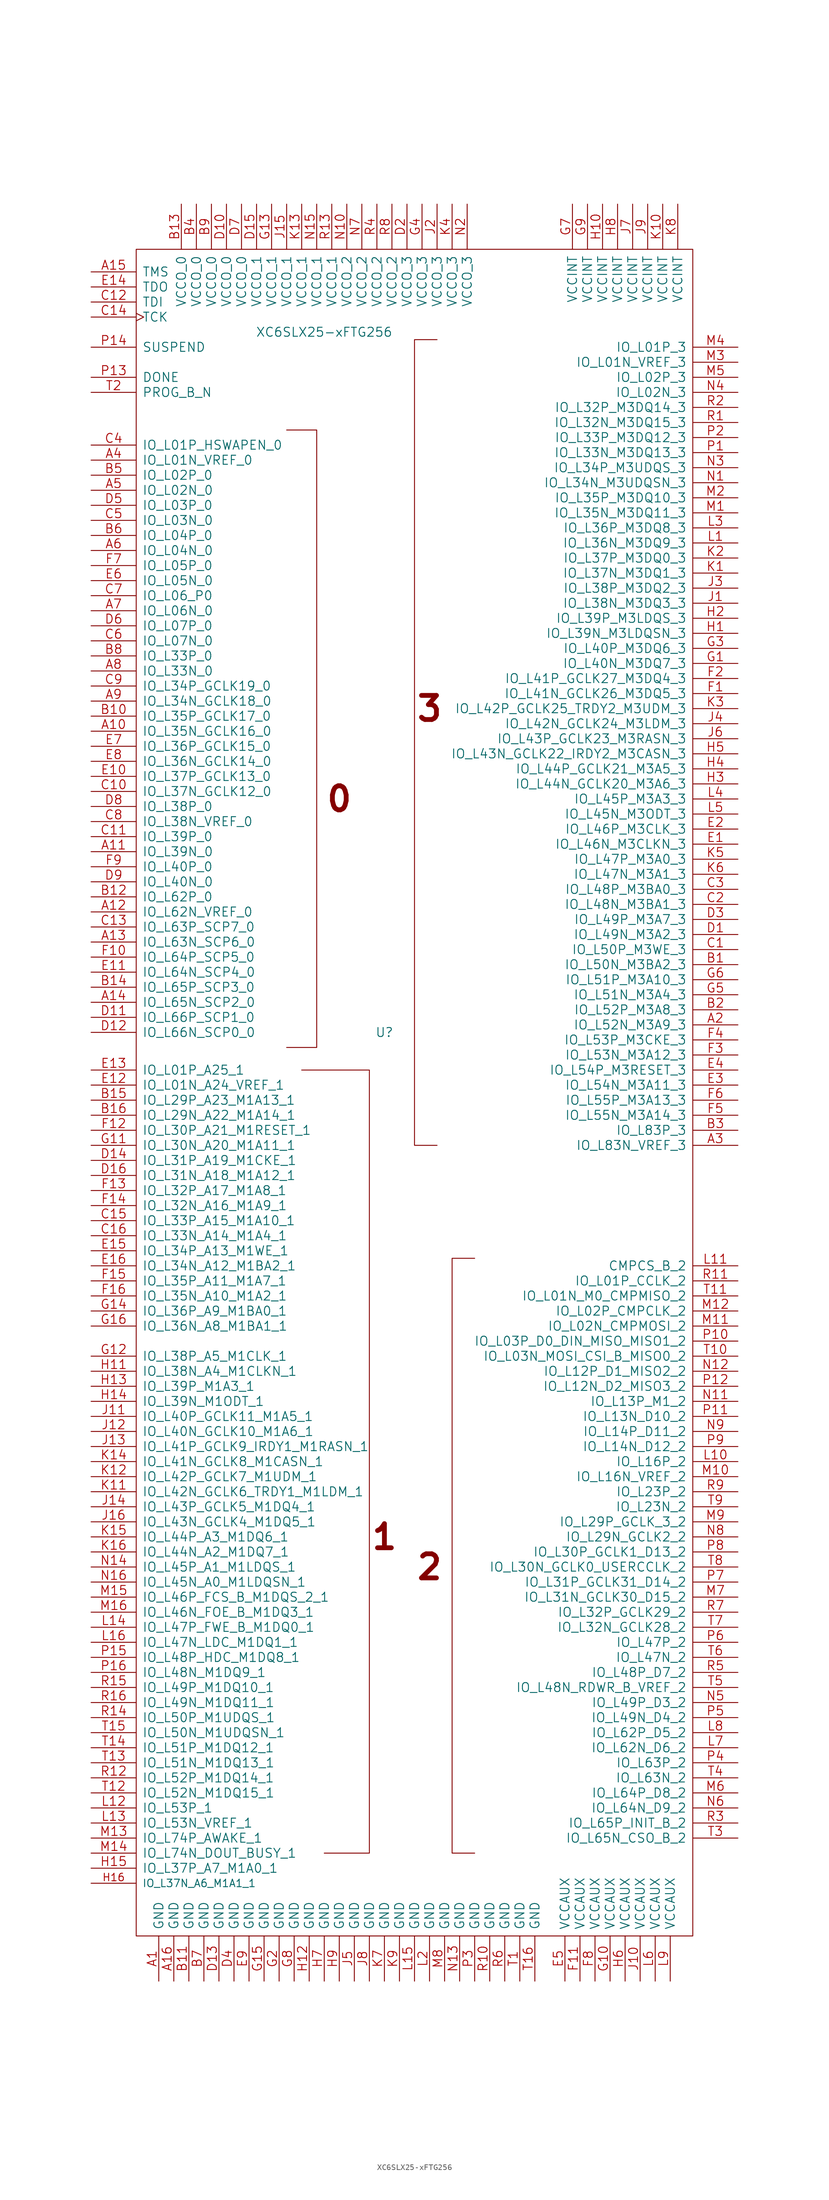
<source format=kicad_sym>
(kicad_symbol_lib
  (version 20211014)
  (generator kicad_symbol_editor)
  (symbol "XC6SLX25-xFTG256"
    (pin_names
      (offset 1.016))
    (property "Reference" "U"
      (at -5.08 10.16 0)
      (effects (font (size 1.524 1.524))))
    (property "Value" "XC6SLX25-xFTG256"
      (at -15.24 128.27 0)
      (effects (font (size 1.524 1.524))))
    (property "Footprint" ""
      (at 0 0 0)
      (effects (font (size 1.524 1.524))))
    (property "Datasheet" ""
      (at 0 0 0)
      (effects (font (size 1.524 1.524))))
    (symbol "XC6SLX25-xFTG256_0_0"
      (text "0" (at -12.7 49.53 0) (effects (font (size 4.064 4.064) bold)))
      (text "1" (at -5.08 -74.93 0) (effects (font (size 4.064 4.064) bold)))
      (text "2" (at 2.54 -80.01 0) (effects (font (size 4.064 4.064) bold)))
      (text "3" (at 2.54 64.77 0) (effects (font (size 4.064 4.064) bold))))
    (symbol "XC6SLX25-xFTG256_0_1"
      (rectangle (start -46.99 142.24) (end 46.99 -142.24) (stroke (width 0) (type default) (color 0 0 0 0)) (fill (type none)))
      (polyline (pts (xy -21.59 111.76) (xy -16.51 111.76) (xy -16.51 7.62) (xy -21.59 7.62)) (stroke (width 0) (type default) (color 0 0 0 0)) (fill (type none)))
      (polyline (pts (xy 3.81 127) (xy 0 127) (xy 0 -8.89) (xy 3.81 -8.89)) (stroke (width 0) (type default) (color 0 0 0 0)) (fill (type none)))
      (polyline (pts (xy 10.16 -27.94) (xy 6.35 -27.94) (xy 6.35 -128.27) (xy 10.16 -128.27)) (stroke (width 0) (type default) (color 0 0 0 0)) (fill (type none)))
      (polyline (pts (xy -19.05 3.81) (xy -7.62 3.81) (xy -7.62 -128.27) (xy -15.24 -128.27) (xy -15.24 -128.27)) (stroke (width 0) (type default) (color 0 0 0 0)) (fill (type none))))
    (symbol "XC6SLX25-xFTG256_1_1"
      (pin power_in line (at -43.18 -149.86 90) (length 7.62) (name "GND" (effects (font (size 1.524 1.524)))) (number "A1" (effects (font (size 1.524 1.524)))))
      (pin bidirectional line (at -54.61 60.96 0) (length 7.62) (name "IO_L35N_GCLK16_0" (effects (font (size 1.524 1.524)))) (number "A10" (effects (font (size 1.524 1.524)))))
      (pin bidirectional line (at -54.61 40.64 0) (length 7.62) (name "IO_L39N_0" (effects (font (size 1.524 1.524)))) (number "A11" (effects (font (size 1.524 1.524)))))
      (pin bidirectional line (at -54.61 30.48 0) (length 7.62) (name "IO_L62N_VREF_0" (effects (font (size 1.524 1.524)))) (number "A12" (effects (font (size 1.524 1.524)))))
      (pin bidirectional line (at -54.61 25.4 0) (length 7.62) (name "IO_L63N_SCP6_0" (effects (font (size 1.524 1.524)))) (number "A13" (effects (font (size 1.524 1.524)))))
      (pin bidirectional line (at -54.61 15.24 0) (length 7.62) (name "IO_L65N_SCP2_0" (effects (font (size 1.524 1.524)))) (number "A14" (effects (font (size 1.524 1.524)))))
      (pin input line (at -54.61 138.43 0) (length 7.62) (name "TMS" (effects (font (size 1.524 1.524)))) (number "A15" (effects (font (size 1.524 1.524)))))
      (pin power_in line (at -40.64 -149.86 90) (length 7.62) (name "GND" (effects (font (size 1.524 1.524)))) (number "A16" (effects (font (size 1.524 1.524)))))
      (pin bidirectional line (at 54.61 11.43 180) (length 7.62) (name "IO_L52N_M3A9_3" (effects (font (size 1.524 1.524)))) (number "A2" (effects (font (size 1.524 1.524)))))
      (pin bidirectional line (at 54.61 -8.89 180) (length 7.62) (name "IO_L83N_VREF_3" (effects (font (size 1.524 1.524)))) (number "A3" (effects (font (size 1.524 1.524)))))
      (pin bidirectional line (at -54.61 106.68 0) (length 7.62) (name "IO_L01N_VREF_0" (effects (font (size 1.524 1.524)))) (number "A4" (effects (font (size 1.524 1.524)))))
      (pin bidirectional line (at -54.61 101.6 0) (length 7.62) (name "IO_L02N_0" (effects (font (size 1.524 1.524)))) (number "A5" (effects (font (size 1.524 1.524)))))
      (pin bidirectional line (at -54.61 91.44 0) (length 7.62) (name "IO_L04N_0" (effects (font (size 1.524 1.524)))) (number "A6" (effects (font (size 1.524 1.524)))))
      (pin bidirectional line (at -54.61 81.28 0) (length 7.62) (name "IO_L06N_0" (effects (font (size 1.524 1.524)))) (number "A7" (effects (font (size 1.524 1.524)))))
      (pin bidirectional line (at -54.61 71.12 0) (length 7.62) (name "IO_L33N_0" (effects (font (size 1.524 1.524)))) (number "A8" (effects (font (size 1.524 1.524)))))
      (pin bidirectional line (at -54.61 66.04 0) (length 7.62) (name "IO_L34N_GCLK18_0" (effects (font (size 1.524 1.524)))) (number "A9" (effects (font (size 1.524 1.524)))))
      (pin bidirectional line (at 54.61 21.59 180) (length 7.62) (name "IO_L50N_M3BA2_3" (effects (font (size 1.524 1.524)))) (number "B1" (effects (font (size 1.524 1.524)))))
      (pin bidirectional line (at -54.61 63.5 0) (length 7.62) (name "IO_L35P_GCLK17_0" (effects (font (size 1.524 1.524)))) (number "B10" (effects (font (size 1.524 1.524)))))
      (pin power_in line (at -38.1 -149.86 90) (length 7.62) (name "GND" (effects (font (size 1.524 1.524)))) (number "B11" (effects (font (size 1.524 1.524)))))
      (pin bidirectional line (at -54.61 33.02 0) (length 7.62) (name "IO_L62P_0" (effects (font (size 1.524 1.524)))) (number "B12" (effects (font (size 1.524 1.524)))))
      (pin power_in line (at -39.37 149.86 270) (length 7.62) (name "VCCO_0" (effects (font (size 1.524 1.524)))) (number "B13" (effects (font (size 1.524 1.524)))))
      (pin bidirectional line (at -54.61 17.78 0) (length 7.62) (name "IO_L65P_SCP3_0" (effects (font (size 1.524 1.524)))) (number "B14" (effects (font (size 1.524 1.524)))))
      (pin bidirectional line (at -54.61 -1.27 0) (length 7.62) (name "IO_L29P_A23_M1A13_1" (effects (font (size 1.524 1.524)))) (number "B15" (effects (font (size 1.524 1.524)))))
      (pin bidirectional line (at -54.61 -3.81 0) (length 7.62) (name "IO_L29N_A22_M1A14_1" (effects (font (size 1.524 1.524)))) (number "B16" (effects (font (size 1.524 1.524)))))
      (pin bidirectional line (at 54.61 13.97 180) (length 7.62) (name "IO_L52P_M3A8_3" (effects (font (size 1.524 1.524)))) (number "B2" (effects (font (size 1.524 1.524)))))
      (pin bidirectional line (at 54.61 -6.35 180) (length 7.62) (name "IO_L83P_3" (effects (font (size 1.524 1.524)))) (number "B3" (effects (font (size 1.524 1.524)))))
      (pin power_in line (at -36.83 149.86 270) (length 7.62) (name "VCCO_0" (effects (font (size 1.524 1.524)))) (number "B4" (effects (font (size 1.524 1.524)))))
      (pin bidirectional line (at -54.61 104.14 0) (length 7.62) (name "IO_L02P_0" (effects (font (size 1.524 1.524)))) (number "B5" (effects (font (size 1.524 1.524)))))
      (pin bidirectional line (at -54.61 93.98 0) (length 7.62) (name "IO_L04P_0" (effects (font (size 1.524 1.524)))) (number "B6" (effects (font (size 1.524 1.524)))))
      (pin power_in line (at -35.56 -149.86 90) (length 7.62) (name "GND" (effects (font (size 1.524 1.524)))) (number "B7" (effects (font (size 1.524 1.524)))))
      (pin bidirectional line (at -54.61 73.66 0) (length 7.62) (name "IO_L33P_0" (effects (font (size 1.524 1.524)))) (number "B8" (effects (font (size 1.524 1.524)))))
      (pin power_in line (at -34.29 149.86 270) (length 7.62) (name "VCCO_0" (effects (font (size 1.524 1.524)))) (number "B9" (effects (font (size 1.524 1.524)))))
      (pin bidirectional line (at 54.61 24.13 180) (length 7.62) (name "IO_L50P_M3WE_3" (effects (font (size 1.524 1.524)))) (number "C1" (effects (font (size 1.524 1.524)))))
      (pin bidirectional line (at -54.61 50.8 0) (length 7.62) (name "IO_L37N_GCLK12_0" (effects (font (size 1.524 1.524)))) (number "C10" (effects (font (size 1.524 1.524)))))
      (pin bidirectional line (at -54.61 43.18 0) (length 7.62) (name "IO_L39P_0" (effects (font (size 1.524 1.524)))) (number "C11" (effects (font (size 1.524 1.524)))))
      (pin input line (at -54.61 133.35 0) (length 7.62) (name "TDI" (effects (font (size 1.524 1.524)))) (number "C12" (effects (font (size 1.524 1.524)))))
      (pin bidirectional line (at -54.61 27.94 0) (length 7.62) (name "IO_L63P_SCP7_0" (effects (font (size 1.524 1.524)))) (number "C13" (effects (font (size 1.524 1.524)))))
      (pin input clock (at -54.61 130.81 0) (length 7.62) (name "TCK" (effects (font (size 1.524 1.524)))) (number "C14" (effects (font (size 1.524 1.524)))))
      (pin bidirectional line (at -54.61 -21.59 0) (length 7.62) (name "IO_L33P_A15_M1A10_1" (effects (font (size 1.524 1.524)))) (number "C15" (effects (font (size 1.524 1.524)))))
      (pin bidirectional line (at -54.61 -24.13 0) (length 7.62) (name "IO_L33N_A14_M1A4_1" (effects (font (size 1.524 1.524)))) (number "C16" (effects (font (size 1.524 1.524)))))
      (pin bidirectional line (at 54.61 31.75 180) (length 7.62) (name "IO_L48N_M3BA1_3" (effects (font (size 1.524 1.524)))) (number "C2" (effects (font (size 1.524 1.524)))))
      (pin bidirectional line (at 54.61 34.29 180) (length 7.62) (name "IO_L48P_M3BA0_3" (effects (font (size 1.524 1.524)))) (number "C3" (effects (font (size 1.524 1.524)))))
      (pin bidirectional line (at -54.61 109.22 0) (length 7.62) (name "IO_L01P_HSWAPEN_0" (effects (font (size 1.524 1.524)))) (number "C4" (effects (font (size 1.524 1.524)))))
      (pin bidirectional line (at -54.61 96.52 0) (length 7.62) (name "IO_L03N_0" (effects (font (size 1.524 1.524)))) (number "C5" (effects (font (size 1.524 1.524)))))
      (pin bidirectional line (at -54.61 76.2 0) (length 7.62) (name "IO_L07N_0" (effects (font (size 1.524 1.524)))) (number "C6" (effects (font (size 1.524 1.524)))))
      (pin bidirectional line (at -54.61 83.82 0) (length 7.62) (name "IO_L06_P0" (effects (font (size 1.524 1.524)))) (number "C7" (effects (font (size 1.524 1.524)))))
      (pin bidirectional line (at -54.61 45.72 0) (length 7.62) (name "IO_L38N_VREF_0" (effects (font (size 1.524 1.524)))) (number "C8" (effects (font (size 1.524 1.524)))))
      (pin bidirectional line (at -54.61 68.58 0) (length 7.62) (name "IO_L34P_GCLK19_0" (effects (font (size 1.524 1.524)))) (number "C9" (effects (font (size 1.524 1.524)))))
      (pin bidirectional line (at 54.61 26.67 180) (length 7.62) (name "IO_L49N_M3A2_3" (effects (font (size 1.524 1.524)))) (number "D1" (effects (font (size 1.524 1.524)))))
      (pin power_in line (at -31.75 149.86 270) (length 7.62) (name "VCCO_0" (effects (font (size 1.524 1.524)))) (number "D10" (effects (font (size 1.524 1.524)))))
      (pin bidirectional line (at -54.61 12.7 0) (length 7.62) (name "IO_L66P_SCP1_0" (effects (font (size 1.524 1.524)))) (number "D11" (effects (font (size 1.524 1.524)))))
      (pin bidirectional line (at -54.61 10.16 0) (length 7.62) (name "IO_L66N_SCP0_0" (effects (font (size 1.524 1.524)))) (number "D12" (effects (font (size 1.524 1.524)))))
      (pin power_in line (at -33.02 -149.86 90) (length 7.62) (name "GND" (effects (font (size 1.524 1.524)))) (number "D13" (effects (font (size 1.524 1.524)))))
      (pin bidirectional line (at -54.61 -11.43 0) (length 7.62) (name "IO_L31P_A19_M1CKE_1" (effects (font (size 1.524 1.524)))) (number "D14" (effects (font (size 1.524 1.524)))))
      (pin power_in line (at -26.67 149.86 270) (length 7.62) (name "VCCO_1" (effects (font (size 1.524 1.524)))) (number "D15" (effects (font (size 1.524 1.524)))))
      (pin bidirectional line (at -54.61 -13.97 0) (length 7.62) (name "IO_L31N_A18_M1A12_1" (effects (font (size 1.524 1.524)))) (number "D16" (effects (font (size 1.524 1.524)))))
      (pin power_in line (at -1.27 149.86 270) (length 7.62) (name "VCCO_3" (effects (font (size 1.524 1.524)))) (number "D2" (effects (font (size 1.524 1.524)))))
      (pin bidirectional line (at 54.61 29.21 180) (length 7.62) (name "IO_L49P_M3A7_3" (effects (font (size 1.524 1.524)))) (number "D3" (effects (font (size 1.524 1.524)))))
      (pin power_in line (at -30.48 -149.86 90) (length 7.62) (name "GND" (effects (font (size 1.524 1.524)))) (number "D4" (effects (font (size 1.524 1.524)))))
      (pin bidirectional line (at -54.61 99.06 0) (length 7.62) (name "IO_L03P_0" (effects (font (size 1.524 1.524)))) (number "D5" (effects (font (size 1.524 1.524)))))
      (pin bidirectional line (at -54.61 78.74 0) (length 7.62) (name "IO_L07P_0" (effects (font (size 1.524 1.524)))) (number "D6" (effects (font (size 1.524 1.524)))))
      (pin power_in line (at -29.21 149.86 270) (length 7.62) (name "VCCO_0" (effects (font (size 1.524 1.524)))) (number "D7" (effects (font (size 1.524 1.524)))))
      (pin bidirectional line (at -54.61 48.26 0) (length 7.62) (name "IO_L38P_0" (effects (font (size 1.524 1.524)))) (number "D8" (effects (font (size 1.524 1.524)))))
      (pin bidirectional line (at -54.61 35.56 0) (length 7.62) (name "IO_L40N_0" (effects (font (size 1.524 1.524)))) (number "D9" (effects (font (size 1.524 1.524)))))
      (pin bidirectional line (at 54.61 41.91 180) (length 7.62) (name "IO_L46N_M3CLKN_3" (effects (font (size 1.524 1.524)))) (number "E1" (effects (font (size 1.524 1.524)))))
      (pin bidirectional line (at -54.61 53.34 0) (length 7.62) (name "IO_L37P_GCLK13_0" (effects (font (size 1.524 1.524)))) (number "E10" (effects (font (size 1.524 1.524)))))
      (pin bidirectional line (at -54.61 20.32 0) (length 7.62) (name "IO_L64N_SCP4_0" (effects (font (size 1.524 1.524)))) (number "E11" (effects (font (size 1.524 1.524)))))
      (pin bidirectional line (at -54.61 1.27 0) (length 7.62) (name "IO_L01N_A24_VREF_1" (effects (font (size 1.524 1.524)))) (number "E12" (effects (font (size 1.524 1.524)))))
      (pin bidirectional line (at -54.61 3.81 0) (length 7.62) (name "IO_L01P_A25_1" (effects (font (size 1.524 1.524)))) (number "E13" (effects (font (size 1.524 1.524)))))
      (pin output line (at -54.61 135.89 0) (length 7.62) (name "TDO" (effects (font (size 1.524 1.524)))) (number "E14" (effects (font (size 1.524 1.524)))))
      (pin bidirectional line (at -54.61 -26.67 0) (length 7.62) (name "IO_L34P_A13_M1WE_1" (effects (font (size 1.524 1.524)))) (number "E15" (effects (font (size 1.524 1.524)))))
      (pin bidirectional line (at -54.61 -29.21 0) (length 7.62) (name "IO_L34N_A12_M1BA2_1" (effects (font (size 1.524 1.524)))) (number "E16" (effects (font (size 1.524 1.524)))))
      (pin bidirectional line (at 54.61 44.45 180) (length 7.62) (name "IO_L46P_M3CLK_3" (effects (font (size 1.524 1.524)))) (number "E2" (effects (font (size 1.524 1.524)))))
      (pin bidirectional line (at 54.61 1.27 180) (length 7.62) (name "IO_L54N_M3A11_3" (effects (font (size 1.524 1.524)))) (number "E3" (effects (font (size 1.524 1.524)))))
      (pin bidirectional line (at 54.61 3.81 180) (length 7.62) (name "IO_L54P_M3RESET_3" (effects (font (size 1.524 1.524)))) (number "E4" (effects (font (size 1.524 1.524)))))
      (pin power_in line (at 25.4 -149.86 90) (length 7.62) (name "VCCAUX" (effects (font (size 1.524 1.524)))) (number "E5" (effects (font (size 1.524 1.524)))))
      (pin bidirectional line (at -54.61 86.36 0) (length 7.62) (name "IO_L05N_0" (effects (font (size 1.524 1.524)))) (number "E6" (effects (font (size 1.524 1.524)))))
      (pin bidirectional line (at -54.61 58.42 0) (length 7.62) (name "IO_L36P_GCLK15_0" (effects (font (size 1.524 1.524)))) (number "E7" (effects (font (size 1.524 1.524)))))
      (pin bidirectional line (at -54.61 55.88 0) (length 7.62) (name "IO_L36N_GCLK14_0" (effects (font (size 1.524 1.524)))) (number "E8" (effects (font (size 1.524 1.524)))))
      (pin power_in line (at -27.94 -149.86 90) (length 7.62) (name "GND" (effects (font (size 1.524 1.524)))) (number "E9" (effects (font (size 1.524 1.524)))))
      (pin bidirectional line (at 54.61 67.31 180) (length 7.62) (name "IO_L41N_GCLK26_M3DQ5_3" (effects (font (size 1.524 1.524)))) (number "F1" (effects (font (size 1.524 1.524)))))
      (pin bidirectional line (at -54.61 22.86 0) (length 7.62) (name "IO_L64P_SCP5_0" (effects (font (size 1.524 1.524)))) (number "F10" (effects (font (size 1.524 1.524)))))
      (pin power_in line (at 27.94 -149.86 90) (length 7.62) (name "VCCAUX" (effects (font (size 1.524 1.524)))) (number "F11" (effects (font (size 1.524 1.524)))))
      (pin bidirectional line (at -54.61 -6.35 0) (length 7.62) (name "IO_L30P_A21_M1RESET_1" (effects (font (size 1.524 1.524)))) (number "F12" (effects (font (size 1.524 1.524)))))
      (pin bidirectional line (at -54.61 -16.51 0) (length 7.62) (name "IO_L32P_A17_M1A8_1" (effects (font (size 1.524 1.524)))) (number "F13" (effects (font (size 1.524 1.524)))))
      (pin bidirectional line (at -54.61 -19.05 0) (length 7.62) (name "IO_L32N_A16_M1A9_1" (effects (font (size 1.524 1.524)))) (number "F14" (effects (font (size 1.524 1.524)))))
      (pin bidirectional line (at -54.61 -31.75 0) (length 7.62) (name "IO_L35P_A11_M1A7_1" (effects (font (size 1.524 1.524)))) (number "F15" (effects (font (size 1.524 1.524)))))
      (pin bidirectional line (at -54.61 -34.29 0) (length 7.62) (name "IO_L35N_A10_M1A2_1" (effects (font (size 1.524 1.524)))) (number "F16" (effects (font (size 1.524 1.524)))))
      (pin bidirectional line (at 54.61 69.85 180) (length 7.62) (name "IO_L41P_GCLK27_M3DQ4_3" (effects (font (size 1.524 1.524)))) (number "F2" (effects (font (size 1.524 1.524)))))
      (pin bidirectional line (at 54.61 6.35 180) (length 7.62) (name "IO_L53N_M3A12_3" (effects (font (size 1.524 1.524)))) (number "F3" (effects (font (size 1.524 1.524)))))
      (pin bidirectional line (at 54.61 8.89 180) (length 7.62) (name "IO_L53P_M3CKE_3" (effects (font (size 1.524 1.524)))) (number "F4" (effects (font (size 1.524 1.524)))))
      (pin bidirectional line (at 54.61 -3.81 180) (length 7.62) (name "IO_L55N_M3A14_3" (effects (font (size 1.524 1.524)))) (number "F5" (effects (font (size 1.524 1.524)))))
      (pin bidirectional line (at 54.61 -1.27 180) (length 7.62) (name "IO_L55P_M3A13_3" (effects (font (size 1.524 1.524)))) (number "F6" (effects (font (size 1.524 1.524)))))
      (pin bidirectional line (at -54.61 88.9 0) (length 7.62) (name "IO_L05P_0" (effects (font (size 1.524 1.524)))) (number "F7" (effects (font (size 1.524 1.524)))))
      (pin power_in line (at 30.48 -149.86 90) (length 7.62) (name "VCCAUX" (effects (font (size 1.524 1.524)))) (number "F8" (effects (font (size 1.524 1.524)))))
      (pin bidirectional line (at -54.61 38.1 0) (length 7.62) (name "IO_L40P_0" (effects (font (size 1.524 1.524)))) (number "F9" (effects (font (size 1.524 1.524)))))
      (pin bidirectional line (at 54.61 72.39 180) (length 7.62) (name "IO_L40N_M3DQ7_3" (effects (font (size 1.524 1.524)))) (number "G1" (effects (font (size 1.524 1.524)))))
      (pin power_in line (at 33.02 -149.86 90) (length 7.62) (name "VCCAUX" (effects (font (size 1.524 1.524)))) (number "G10" (effects (font (size 1.524 1.524)))))
      (pin bidirectional line (at -54.61 -8.89 0) (length 7.62) (name "IO_L30N_A20_M1A11_1" (effects (font (size 1.524 1.524)))) (number "G11" (effects (font (size 1.524 1.524)))))
      (pin bidirectional line (at -54.61 -44.45 0) (length 7.62) (name "IO_L38P_A5_M1CLK_1" (effects (font (size 1.524 1.524)))) (number "G12" (effects (font (size 1.524 1.524)))))
      (pin power_in line (at -24.13 149.86 270) (length 7.62) (name "VCCO_1" (effects (font (size 1.524 1.524)))) (number "G13" (effects (font (size 1.524 1.524)))))
      (pin bidirectional line (at -54.61 -36.83 0) (length 7.62) (name "IO_L36P_A9_M1BA0_1" (effects (font (size 1.524 1.524)))) (number "G14" (effects (font (size 1.524 1.524)))))
      (pin power_in line (at -25.4 -149.86 90) (length 7.62) (name "GND" (effects (font (size 1.524 1.524)))) (number "G15" (effects (font (size 1.524 1.524)))))
      (pin bidirectional line (at -54.61 -39.37 0) (length 7.62) (name "IO_L36N_A8_M1BA1_1" (effects (font (size 1.524 1.524)))) (number "G16" (effects (font (size 1.524 1.524)))))
      (pin power_in line (at -22.86 -149.86 90) (length 7.62) (name "GND" (effects (font (size 1.524 1.524)))) (number "G2" (effects (font (size 1.524 1.524)))))
      (pin bidirectional line (at 54.61 74.93 180) (length 7.62) (name "IO_L40P_M3DQ6_3" (effects (font (size 1.524 1.524)))) (number "G3" (effects (font (size 1.524 1.524)))))
      (pin power_in line (at 1.27 149.86 270) (length 7.62) (name "VCCO_3" (effects (font (size 1.524 1.524)))) (number "G4" (effects (font (size 1.524 1.524)))))
      (pin bidirectional line (at 54.61 16.51 180) (length 7.62) (name "IO_L51N_M3A4_3" (effects (font (size 1.524 1.524)))) (number "G5" (effects (font (size 1.524 1.524)))))
      (pin bidirectional line (at 54.61 19.05 180) (length 7.62) (name "IO_L51P_M3A10_3" (effects (font (size 1.524 1.524)))) (number "G6" (effects (font (size 1.524 1.524)))))
      (pin power_in line (at 26.67 149.86 270) (length 7.62) (name "VCCINT" (effects (font (size 1.524 1.524)))) (number "G7" (effects (font (size 1.524 1.524)))))
      (pin power_in line (at -20.32 -149.86 90) (length 7.62) (name "GND" (effects (font (size 1.524 1.524)))) (number "G8" (effects (font (size 1.524 1.524)))))
      (pin power_in line (at 29.21 149.86 270) (length 7.62) (name "VCCINT" (effects (font (size 1.524 1.524)))) (number "G9" (effects (font (size 1.524 1.524)))))
      (pin bidirectional line (at 54.61 77.47 180) (length 7.62) (name "IO_L39N_M3LDQSN_3" (effects (font (size 1.524 1.524)))) (number "H1" (effects (font (size 1.524 1.524)))))
      (pin power_in line (at 31.75 149.86 270) (length 7.62) (name "VCCINT" (effects (font (size 1.524 1.524)))) (number "H10" (effects (font (size 1.524 1.524)))))
      (pin bidirectional line (at -54.61 -46.99 0) (length 7.62) (name "IO_L38N_A4_M1CLKN_1" (effects (font (size 1.524 1.524)))) (number "H11" (effects (font (size 1.524 1.524)))))
      (pin power_in line (at -17.78 -149.86 90) (length 7.62) (name "GND" (effects (font (size 1.524 1.524)))) (number "H12" (effects (font (size 1.524 1.524)))))
      (pin bidirectional line (at -54.61 -49.53 0) (length 7.62) (name "IO_L39P_M1A3_1" (effects (font (size 1.524 1.524)))) (number "H13" (effects (font (size 1.524 1.524)))))
      (pin bidirectional line (at -54.61 -52.07 0) (length 7.62) (name "IO_L39N_M1ODT_1" (effects (font (size 1.524 1.524)))) (number "H14" (effects (font (size 1.524 1.524)))))
      (pin bidirectional line (at -54.61 -130.81 0) (length 7.62) (name "IO_L37P_A7_M1A0_1" (effects (font (size 1.524 1.524)))) (number "H15" (effects (font (size 1.524 1.524)))))
      (pin bidirectional line (at -54.61 -133.35 0) (length 7.62) (name "IO_L37N_A6_M1A1_1" (effects (font (size 1.27 1.27)))) (number "H16" (effects (font (size 1.27 1.27)))))
      (pin bidirectional line (at 54.61 80.01 180) (length 7.62) (name "IO_L39P_M3LDQS_3" (effects (font (size 1.524 1.524)))) (number "H2" (effects (font (size 1.524 1.524)))))
      (pin bidirectional line (at 54.61 52.07 180) (length 7.62) (name "IO_L44N_GCLK20_M3A6_3" (effects (font (size 1.524 1.524)))) (number "H3" (effects (font (size 1.524 1.524)))))
      (pin bidirectional line (at 54.61 54.61 180) (length 7.62) (name "IO_L44P_GCLK21_M3A5_3" (effects (font (size 1.524 1.524)))) (number "H4" (effects (font (size 1.524 1.524)))))
      (pin bidirectional line (at 54.61 57.15 180) (length 7.62) (name "IO_L43N_GCLK22_IRDY2_M3CASN_3" (effects (font (size 1.524 1.524)))) (number "H5" (effects (font (size 1.524 1.524)))))
      (pin power_in line (at 35.56 -149.86 90) (length 7.62) (name "VCCAUX" (effects (font (size 1.524 1.524)))) (number "H6" (effects (font (size 1.524 1.524)))))
      (pin power_in line (at -15.24 -149.86 90) (length 7.62) (name "GND" (effects (font (size 1.524 1.524)))) (number "H7" (effects (font (size 1.524 1.524)))))
      (pin power_in line (at 34.29 149.86 270) (length 7.62) (name "VCCINT" (effects (font (size 1.524 1.524)))) (number "H8" (effects (font (size 1.524 1.524)))))
      (pin power_in line (at -12.7 -149.86 90) (length 7.62) (name "GND" (effects (font (size 1.524 1.524)))) (number "H9" (effects (font (size 1.524 1.524)))))
      (pin bidirectional line (at 54.61 82.55 180) (length 7.62) (name "IO_L38N_M3DQ3_3" (effects (font (size 1.524 1.524)))) (number "J1" (effects (font (size 1.524 1.524)))))
      (pin power_in line (at 38.1 -149.86 90) (length 7.62) (name "VCCAUX" (effects (font (size 1.524 1.524)))) (number "J10" (effects (font (size 1.524 1.524)))))
      (pin bidirectional line (at -54.61 -54.61 0) (length 7.62) (name "IO_L40P_GCLK11_M1A5_1" (effects (font (size 1.524 1.524)))) (number "J11" (effects (font (size 1.524 1.524)))))
      (pin bidirectional line (at -54.61 -57.15 0) (length 7.62) (name "IO_L40N_GCLK10_M1A6_1" (effects (font (size 1.524 1.524)))) (number "J12" (effects (font (size 1.524 1.524)))))
      (pin bidirectional line (at -54.61 -59.69 0) (length 7.62) (name "IO_L41P_GCLK9_IRDY1_M1RASN_1" (effects (font (size 1.524 1.524)))) (number "J13" (effects (font (size 1.524 1.524)))))
      (pin bidirectional line (at -54.61 -69.85 0) (length 7.62) (name "IO_L43P_GCLK5_M1DQ4_1" (effects (font (size 1.524 1.524)))) (number "J14" (effects (font (size 1.524 1.524)))))
      (pin power_in line (at -21.59 149.86 270) (length 7.62) (name "VCCO_1" (effects (font (size 1.524 1.524)))) (number "J15" (effects (font (size 1.524 1.524)))))
      (pin bidirectional line (at -54.61 -72.39 0) (length 7.62) (name "IO_L43N_GCLK4_M1DQ5_1" (effects (font (size 1.524 1.524)))) (number "J16" (effects (font (size 1.524 1.524)))))
      (pin power_in line (at 3.81 149.86 270) (length 7.62) (name "VCCO_3" (effects (font (size 1.524 1.524)))) (number "J2" (effects (font (size 1.524 1.524)))))
      (pin bidirectional line (at 54.61 85.09 180) (length 7.62) (name "IO_L38P_M3DQ2_3" (effects (font (size 1.524 1.524)))) (number "J3" (effects (font (size 1.524 1.524)))))
      (pin bidirectional line (at 54.61 62.23 180) (length 7.62) (name "IO_L42N_GCLK24_M3LDM_3" (effects (font (size 1.524 1.524)))) (number "J4" (effects (font (size 1.524 1.524)))))
      (pin power_in line (at -10.16 -149.86 90) (length 7.62) (name "GND" (effects (font (size 1.524 1.524)))) (number "J5" (effects (font (size 1.524 1.524)))))
      (pin bidirectional line (at 54.61 59.69 180) (length 7.62) (name "IO_L43P_GCLK23_M3RASN_3" (effects (font (size 1.524 1.524)))) (number "J6" (effects (font (size 1.524 1.524)))))
      (pin power_in line (at 36.83 149.86 270) (length 7.62) (name "VCCINT" (effects (font (size 1.524 1.524)))) (number "J7" (effects (font (size 1.524 1.524)))))
      (pin power_in line (at -7.62 -149.86 90) (length 7.62) (name "GND" (effects (font (size 1.524 1.524)))) (number "J8" (effects (font (size 1.524 1.524)))))
      (pin power_in line (at 39.37 149.86 270) (length 7.62) (name "VCCINT" (effects (font (size 1.524 1.524)))) (number "J9" (effects (font (size 1.524 1.524)))))
      (pin bidirectional line (at 54.61 87.63 180) (length 7.62) (name "IO_L37N_M3DQ1_3" (effects (font (size 1.524 1.524)))) (number "K1" (effects (font (size 1.524 1.524)))))
      (pin power_in line (at 41.91 149.86 270) (length 7.62) (name "VCCINT" (effects (font (size 1.524 1.524)))) (number "K10" (effects (font (size 1.524 1.524)))))
      (pin bidirectional line (at -54.61 -67.31 0) (length 7.62) (name "IO_L42N_GCLK6_TRDY1_M1LDM_1" (effects (font (size 1.524 1.524)))) (number "K11" (effects (font (size 1.524 1.524)))))
      (pin bidirectional line (at -54.61 -64.77 0) (length 7.62) (name "IO_L42P_GCLK7_M1UDM_1" (effects (font (size 1.524 1.524)))) (number "K12" (effects (font (size 1.524 1.524)))))
      (pin power_in line (at -19.05 149.86 270) (length 7.62) (name "VCCO_1" (effects (font (size 1.524 1.524)))) (number "K13" (effects (font (size 1.524 1.524)))))
      (pin bidirectional line (at -54.61 -62.23 0) (length 7.62) (name "IO_L41N_GCLK8_M1CASN_1" (effects (font (size 1.524 1.524)))) (number "K14" (effects (font (size 1.524 1.524)))))
      (pin bidirectional line (at -54.61 -74.93 0) (length 7.62) (name "IO_L44P_A3_M1DQ6_1" (effects (font (size 1.524 1.524)))) (number "K15" (effects (font (size 1.524 1.524)))))
      (pin bidirectional line (at -54.61 -77.47 0) (length 7.62) (name "IO_L44N_A2_M1DQ7_1" (effects (font (size 1.524 1.524)))) (number "K16" (effects (font (size 1.524 1.524)))))
      (pin bidirectional line (at 54.61 90.17 180) (length 7.62) (name "IO_L37P_M3DQ0_3" (effects (font (size 1.524 1.524)))) (number "K2" (effects (font (size 1.524 1.524)))))
      (pin bidirectional line (at 54.61 64.77 180) (length 7.62) (name "IO_L42P_GCLK25_TRDY2_M3UDM_3" (effects (font (size 1.524 1.524)))) (number "K3" (effects (font (size 1.524 1.524)))))
      (pin power_in line (at 6.35 149.86 270) (length 7.62) (name "VCCO_3" (effects (font (size 1.524 1.524)))) (number "K4" (effects (font (size 1.524 1.524)))))
      (pin bidirectional line (at 54.61 39.37 180) (length 7.62) (name "IO_L47P_M3A0_3" (effects (font (size 1.524 1.524)))) (number "K5" (effects (font (size 1.524 1.524)))))
      (pin bidirectional line (at 54.61 36.83 180) (length 7.62) (name "IO_L47N_M3A1_3" (effects (font (size 1.524 1.524)))) (number "K6" (effects (font (size 1.524 1.524)))))
      (pin power_in line (at -5.08 -149.86 90) (length 7.62) (name "GND" (effects (font (size 1.524 1.524)))) (number "K7" (effects (font (size 1.524 1.524)))))
      (pin power_in line (at 44.45 149.86 270) (length 7.62) (name "VCCINT" (effects (font (size 1.524 1.524)))) (number "K8" (effects (font (size 1.524 1.524)))))
      (pin power_in line (at -2.54 -149.86 90) (length 7.62) (name "GND" (effects (font (size 1.524 1.524)))) (number "K9" (effects (font (size 1.524 1.524)))))
      (pin bidirectional line (at 54.61 92.71 180) (length 7.62) (name "IO_L36N_M3DQ9_3" (effects (font (size 1.524 1.524)))) (number "L1" (effects (font (size 1.524 1.524)))))
      (pin bidirectional line (at 54.61 -62.23 180) (length 7.62) (name "IO_L16P_2" (effects (font (size 1.524 1.524)))) (number "L10" (effects (font (size 1.524 1.524)))))
      (pin bidirectional line (at 54.61 -29.21 180) (length 7.62) (name "CMPCS_B_2" (effects (font (size 1.524 1.524)))) (number "L11" (effects (font (size 1.524 1.524)))))
      (pin bidirectional line (at -54.61 -120.65 0) (length 7.62) (name "IO_L53P_1" (effects (font (size 1.524 1.524)))) (number "L12" (effects (font (size 1.524 1.524)))))
      (pin bidirectional line (at -54.61 -123.19 0) (length 7.62) (name "IO_L53N_VREF_1" (effects (font (size 1.524 1.524)))) (number "L13" (effects (font (size 1.524 1.524)))))
      (pin bidirectional line (at -54.61 -90.17 0) (length 7.62) (name "IO_L47P_FWE_B_M1DQ0_1" (effects (font (size 1.524 1.524)))) (number "L14" (effects (font (size 1.524 1.524)))))
      (pin power_in line (at 0 -149.86 90) (length 7.62) (name "GND" (effects (font (size 1.524 1.524)))) (number "L15" (effects (font (size 1.524 1.524)))))
      (pin bidirectional line (at -54.61 -92.71 0) (length 7.62) (name "IO_L47N_LDC_M1DQ1_1" (effects (font (size 1.524 1.524)))) (number "L16" (effects (font (size 1.524 1.524)))))
      (pin power_in line (at 2.54 -149.86 90) (length 7.62) (name "GND" (effects (font (size 1.524 1.524)))) (number "L2" (effects (font (size 1.524 1.524)))))
      (pin bidirectional line (at 54.61 95.25 180) (length 7.62) (name "IO_L36P_M3DQ8_3" (effects (font (size 1.524 1.524)))) (number "L3" (effects (font (size 1.524 1.524)))))
      (pin bidirectional line (at 54.61 49.53 180) (length 7.62) (name "IO_L45P_M3A3_3" (effects (font (size 1.524 1.524)))) (number "L4" (effects (font (size 1.524 1.524)))))
      (pin bidirectional line (at 54.61 46.99 180) (length 7.62) (name "IO_L45N_M3ODT_3" (effects (font (size 1.524 1.524)))) (number "L5" (effects (font (size 1.524 1.524)))))
      (pin power_in line (at 40.64 -149.86 90) (length 7.62) (name "VCCAUX" (effects (font (size 1.524 1.524)))) (number "L6" (effects (font (size 1.524 1.524)))))
      (pin bidirectional line (at 54.61 -110.49 180) (length 7.62) (name "IO_L62N_D6_2" (effects (font (size 1.524 1.524)))) (number "L7" (effects (font (size 1.524 1.524)))))
      (pin bidirectional line (at 54.61 -107.95 180) (length 7.62) (name "IO_L62P_D5_2" (effects (font (size 1.524 1.524)))) (number "L8" (effects (font (size 1.524 1.524)))))
      (pin power_in line (at 43.18 -149.86 90) (length 7.62) (name "VCCAUX" (effects (font (size 1.524 1.524)))) (number "L9" (effects (font (size 1.524 1.524)))))
      (pin bidirectional line (at 54.61 97.79 180) (length 7.62) (name "IO_L35N_M3DQ11_3" (effects (font (size 1.524 1.524)))) (number "M1" (effects (font (size 1.524 1.524)))))
      (pin bidirectional line (at 54.61 -64.77 180) (length 7.62) (name "IO_L16N_VREF_2" (effects (font (size 1.524 1.524)))) (number "M10" (effects (font (size 1.524 1.524)))))
      (pin bidirectional line (at 54.61 -39.37 180) (length 7.62) (name "IO_L02N_CMPMOSI_2" (effects (font (size 1.524 1.524)))) (number "M11" (effects (font (size 1.524 1.524)))))
      (pin bidirectional line (at 54.61 -36.83 180) (length 7.62) (name "IO_L02P_CMPCLK_2" (effects (font (size 1.524 1.524)))) (number "M12" (effects (font (size 1.524 1.524)))))
      (pin bidirectional line (at -54.61 -125.73 0) (length 7.62) (name "IO_L74P_AWAKE_1" (effects (font (size 1.524 1.524)))) (number "M13" (effects (font (size 1.524 1.524)))))
      (pin bidirectional line (at -54.61 -128.27 0) (length 7.62) (name "IO_L74N_DOUT_BUSY_1" (effects (font (size 1.524 1.524)))) (number "M14" (effects (font (size 1.524 1.524)))))
      (pin bidirectional line (at -54.61 -85.09 0) (length 7.62) (name "IO_L46P_FCS_B_M1DQS_2_1" (effects (font (size 1.524 1.524)))) (number "M15" (effects (font (size 1.524 1.524)))))
      (pin bidirectional line (at -54.61 -87.63 0) (length 7.62) (name "IO_L46N_FOE_B_M1DQ3_1" (effects (font (size 1.524 1.524)))) (number "M16" (effects (font (size 1.524 1.524)))))
      (pin bidirectional line (at 54.61 100.33 180) (length 7.62) (name "IO_L35P_M3DQ10_3" (effects (font (size 1.524 1.524)))) (number "M2" (effects (font (size 1.524 1.524)))))
      (pin bidirectional line (at 54.61 123.19 180) (length 7.62) (name "IO_L01N_VREF_3" (effects (font (size 1.524 1.524)))) (number "M3" (effects (font (size 1.524 1.524)))))
      (pin bidirectional line (at 54.61 125.73 180) (length 7.62) (name "IO_L01P_3" (effects (font (size 1.524 1.524)))) (number "M4" (effects (font (size 1.524 1.524)))))
      (pin bidirectional line (at 54.61 120.65 180) (length 7.62) (name "IO_L02P_3" (effects (font (size 1.524 1.524)))) (number "M5" (effects (font (size 1.524 1.524)))))
      (pin bidirectional line (at 54.61 -118.11 180) (length 7.62) (name "IO_L64P_D8_2" (effects (font (size 1.524 1.524)))) (number "M6" (effects (font (size 1.524 1.524)))))
      (pin bidirectional line (at 54.61 -85.09 180) (length 7.62) (name "IO_L31N_GCLK30_D15_2" (effects (font (size 1.524 1.524)))) (number "M7" (effects (font (size 1.524 1.524)))))
      (pin power_in line (at 5.08 -149.86 90) (length 7.62) (name "GND" (effects (font (size 1.524 1.524)))) (number "M8" (effects (font (size 1.524 1.524)))))
      (pin bidirectional line (at 54.61 -72.39 180) (length 7.62) (name "IO_L29P_GCLK_3_2" (effects (font (size 1.524 1.524)))) (number "M9" (effects (font (size 1.524 1.524)))))
      (pin bidirectional line (at 54.61 102.87 180) (length 7.62) (name "IO_L34N_M3UDQSN_3" (effects (font (size 1.524 1.524)))) (number "N1" (effects (font (size 1.524 1.524)))))
      (pin power_in line (at -11.43 149.86 270) (length 7.62) (name "VCCO_2" (effects (font (size 1.524 1.524)))) (number "N10" (effects (font (size 1.524 1.524)))))
      (pin bidirectional line (at 54.61 -52.07 180) (length 7.62) (name "IO_L13P_M1_2" (effects (font (size 1.524 1.524)))) (number "N11" (effects (font (size 1.524 1.524)))))
      (pin bidirectional line (at 54.61 -46.99 180) (length 7.62) (name "IO_L12P_D1_MISO2_2" (effects (font (size 1.524 1.524)))) (number "N12" (effects (font (size 1.524 1.524)))))
      (pin power_in line (at 7.62 -149.86 90) (length 7.62) (name "GND" (effects (font (size 1.524 1.524)))) (number "N13" (effects (font (size 1.524 1.524)))))
      (pin bidirectional line (at -54.61 -80.01 0) (length 7.62) (name "IO_L45P_A1_M1LDQS_1" (effects (font (size 1.524 1.524)))) (number "N14" (effects (font (size 1.524 1.524)))))
      (pin power_in line (at -16.51 149.86 270) (length 7.62) (name "VCCO_1" (effects (font (size 1.524 1.524)))) (number "N15" (effects (font (size 1.524 1.524)))))
      (pin bidirectional line (at -54.61 -82.55 0) (length 7.62) (name "IO_L45N_A0_M1LDQSN_1" (effects (font (size 1.524 1.524)))) (number "N16" (effects (font (size 1.524 1.524)))))
      (pin power_in line (at 8.89 149.86 270) (length 7.62) (name "VCCO_3" (effects (font (size 1.524 1.524)))) (number "N2" (effects (font (size 1.524 1.524)))))
      (pin bidirectional line (at 54.61 105.41 180) (length 7.62) (name "IO_L34P_M3UDQS_3" (effects (font (size 1.524 1.524)))) (number "N3" (effects (font (size 1.524 1.524)))))
      (pin bidirectional line (at 54.61 118.11 180) (length 7.62) (name "IO_L02N_3" (effects (font (size 1.524 1.524)))) (number "N4" (effects (font (size 1.524 1.524)))))
      (pin bidirectional line (at 54.61 -102.87 180) (length 7.62) (name "IO_L49P_D3_2" (effects (font (size 1.524 1.524)))) (number "N5" (effects (font (size 1.524 1.524)))))
      (pin bidirectional line (at 54.61 -120.65 180) (length 7.62) (name "IO_L64N_D9_2" (effects (font (size 1.524 1.524)))) (number "N6" (effects (font (size 1.524 1.524)))))
      (pin passive line (at -8.89 149.86 270) (length 7.62) (name "VCCO_2" (effects (font (size 1.524 1.524)))) (number "N7" (effects (font (size 1.524 1.524)))))
      (pin bidirectional line (at 54.61 -74.93 180) (length 7.62) (name "IO_L29N_GCLK2_2" (effects (font (size 1.524 1.524)))) (number "N8" (effects (font (size 1.524 1.524)))))
      (pin bidirectional line (at 54.61 -57.15 180) (length 7.62) (name "IO_L14P_D11_2" (effects (font (size 1.524 1.524)))) (number "N9" (effects (font (size 1.524 1.524)))))
      (pin bidirectional line (at 54.61 107.95 180) (length 7.62) (name "IO_L33N_M3DQ13_3" (effects (font (size 1.524 1.524)))) (number "P1" (effects (font (size 1.524 1.524)))))
      (pin bidirectional line (at 54.61 -41.91 180) (length 7.62) (name "IO_L03P_D0_DIN_MISO_MISO1_2" (effects (font (size 1.524 1.524)))) (number "P10" (effects (font (size 1.524 1.524)))))
      (pin bidirectional line (at 54.61 -54.61 180) (length 7.62) (name "IO_L13N_D10_2" (effects (font (size 1.524 1.524)))) (number "P11" (effects (font (size 1.524 1.524)))))
      (pin bidirectional line (at 54.61 -49.53 180) (length 7.62) (name "IO_L12N_D2_MISO3_2" (effects (font (size 1.524 1.524)))) (number "P12" (effects (font (size 1.524 1.524)))))
      (pin bidirectional line (at -54.61 120.65 0) (length 7.62) (name "DONE" (effects (font (size 1.524 1.524)))) (number "P13" (effects (font (size 1.524 1.524)))))
      (pin input line (at -54.61 125.73 0) (length 7.62) (name "SUSPEND" (effects (font (size 1.524 1.524)))) (number "P14" (effects (font (size 1.524 1.524)))))
      (pin bidirectional line (at -54.61 -95.25 0) (length 7.62) (name "IO_L48P_HDC_M1DQ8_1" (effects (font (size 1.524 1.524)))) (number "P15" (effects (font (size 1.524 1.524)))))
      (pin bidirectional line (at -54.61 -97.79 0) (length 7.62) (name "IO_L48N_M1DQ9_1" (effects (font (size 1.524 1.524)))) (number "P16" (effects (font (size 1.524 1.524)))))
      (pin bidirectional line (at 54.61 110.49 180) (length 7.62) (name "IO_L33P_M3DQ12_3" (effects (font (size 1.524 1.524)))) (number "P2" (effects (font (size 1.524 1.524)))))
      (pin power_in line (at 10.16 -149.86 90) (length 7.62) (name "GND" (effects (font (size 1.524 1.524)))) (number "P3" (effects (font (size 1.524 1.524)))))
      (pin bidirectional line (at 54.61 -113.03 180) (length 7.62) (name "IO_L63P_2" (effects (font (size 1.524 1.524)))) (number "P4" (effects (font (size 1.524 1.524)))))
      (pin bidirectional line (at 54.61 -105.41 180) (length 7.62) (name "IO_L49N_D4_2" (effects (font (size 1.524 1.524)))) (number "P5" (effects (font (size 1.524 1.524)))))
      (pin bidirectional line (at 54.61 -92.71 180) (length 7.62) (name "IO_L47P_2" (effects (font (size 1.524 1.524)))) (number "P6" (effects (font (size 1.524 1.524)))))
      (pin bidirectional line (at 54.61 -82.55 180) (length 7.62) (name "IO_L31P_GCLK31_D14_2" (effects (font (size 1.524 1.524)))) (number "P7" (effects (font (size 1.524 1.524)))))
      (pin bidirectional line (at 54.61 -77.47 180) (length 7.62) (name "IO_L30P_GCLK1_D13_2" (effects (font (size 1.524 1.524)))) (number "P8" (effects (font (size 1.524 1.524)))))
      (pin bidirectional line (at 54.61 -59.69 180) (length 7.62) (name "IO_L14N_D12_2" (effects (font (size 1.524 1.524)))) (number "P9" (effects (font (size 1.524 1.524)))))
      (pin bidirectional line (at 54.61 113.03 180) (length 7.62) (name "IO_L32N_M3DQ15_3" (effects (font (size 1.524 1.524)))) (number "R1" (effects (font (size 1.524 1.524)))))
      (pin power_in line (at 12.7 -149.86 90) (length 7.62) (name "GND" (effects (font (size 1.524 1.524)))) (number "R10" (effects (font (size 1.524 1.524)))))
      (pin bidirectional line (at 54.61 -31.75 180) (length 7.62) (name "IO_L01P_CCLK_2" (effects (font (size 1.524 1.524)))) (number "R11" (effects (font (size 1.524 1.524)))))
      (pin bidirectional line (at -54.61 -115.57 0) (length 7.62) (name "IO_L52P_M1DQ14_1" (effects (font (size 1.524 1.524)))) (number "R12" (effects (font (size 1.524 1.524)))))
      (pin power_in line (at -13.97 149.86 270) (length 7.62) (name "VCCO_1" (effects (font (size 1.524 1.524)))) (number "R13" (effects (font (size 1.524 1.524)))))
      (pin bidirectional line (at -54.61 -105.41 0) (length 7.62) (name "IO_L50P_M1UDQS_1" (effects (font (size 1.524 1.524)))) (number "R14" (effects (font (size 1.524 1.524)))))
      (pin bidirectional line (at -54.61 -100.33 0) (length 7.62) (name "IO_L49P_M1DQ10_1" (effects (font (size 1.524 1.524)))) (number "R15" (effects (font (size 1.524 1.524)))))
      (pin bidirectional line (at -54.61 -102.87 0) (length 7.62) (name "IO_L49N_M1DQ11_1" (effects (font (size 1.524 1.524)))) (number "R16" (effects (font (size 1.524 1.524)))))
      (pin bidirectional line (at 54.61 115.57 180) (length 7.62) (name "IO_L32P_M3DQ14_3" (effects (font (size 1.524 1.524)))) (number "R2" (effects (font (size 1.524 1.524)))))
      (pin bidirectional line (at 54.61 -123.19 180) (length 7.62) (name "IO_L65P_INIT_B_2" (effects (font (size 1.524 1.524)))) (number "R3" (effects (font (size 1.524 1.524)))))
      (pin power_in line (at -6.35 149.86 270) (length 7.62) (name "VCCO_2" (effects (font (size 1.524 1.524)))) (number "R4" (effects (font (size 1.524 1.524)))))
      (pin bidirectional line (at 54.61 -97.79 180) (length 7.62) (name "IO_L48P_D7_2" (effects (font (size 1.524 1.524)))) (number "R5" (effects (font (size 1.524 1.524)))))
      (pin power_in line (at 15.24 -149.86 90) (length 7.62) (name "GND" (effects (font (size 1.524 1.524)))) (number "R6" (effects (font (size 1.524 1.524)))))
      (pin bidirectional line (at 54.61 -87.63 180) (length 7.62) (name "IO_L32P_GCLK29_2" (effects (font (size 1.524 1.524)))) (number "R7" (effects (font (size 1.524 1.524)))))
      (pin power_in line (at -3.81 149.86 270) (length 7.62) (name "VCCO_2" (effects (font (size 1.524 1.524)))) (number "R8" (effects (font (size 1.524 1.524)))))
      (pin bidirectional line (at 54.61 -67.31 180) (length 7.62) (name "IO_L23P_2" (effects (font (size 1.524 1.524)))) (number "R9" (effects (font (size 1.524 1.524)))))
      (pin power_in line (at 17.78 -149.86 90) (length 7.62) (name "GND" (effects (font (size 1.524 1.524)))) (number "T1" (effects (font (size 1.524 1.524)))))
      (pin bidirectional line (at 54.61 -44.45 180) (length 7.62) (name "IO_L03N_MOSI_CSI_B_MISO0_2" (effects (font (size 1.524 1.524)))) (number "T10" (effects (font (size 1.524 1.524)))))
      (pin bidirectional line (at 54.61 -34.29 180) (length 7.62) (name "IO_L01N_M0_CMPMISO_2" (effects (font (size 1.524 1.524)))) (number "T11" (effects (font (size 1.524 1.524)))))
      (pin bidirectional line (at -54.61 -118.11 0) (length 7.62) (name "IO_L52N_M1DQ15_1" (effects (font (size 1.524 1.524)))) (number "T12" (effects (font (size 1.524 1.524)))))
      (pin bidirectional line (at -54.61 -113.03 0) (length 7.62) (name "IO_L51N_M1DQ13_1" (effects (font (size 1.524 1.524)))) (number "T13" (effects (font (size 1.524 1.524)))))
      (pin bidirectional line (at -54.61 -110.49 0) (length 7.62) (name "IO_L51P_M1DQ12_1" (effects (font (size 1.524 1.524)))) (number "T14" (effects (font (size 1.524 1.524)))))
      (pin bidirectional line (at -54.61 -107.95 0) (length 7.62) (name "IO_L50N_M1UDQSN_1" (effects (font (size 1.524 1.524)))) (number "T15" (effects (font (size 1.524 1.524)))))
      (pin power_in line (at 20.32 -149.86 90) (length 7.62) (name "GND" (effects (font (size 1.524 1.524)))) (number "T16" (effects (font (size 1.524 1.524)))))
      (pin input line (at -54.61 118.11 0) (length 7.62) (name "PROG_B_N" (effects (font (size 1.524 1.524)))) (number "T2" (effects (font (size 1.524 1.524)))))
      (pin bidirectional line (at 54.61 -125.73 180) (length 7.62) (name "IO_L65N_CSO_B_2" (effects (font (size 1.524 1.524)))) (number "T3" (effects (font (size 1.524 1.524)))))
      (pin bidirectional line (at 54.61 -115.57 180) (length 7.62) (name "IO_L63N_2" (effects (font (size 1.524 1.524)))) (number "T4" (effects (font (size 1.524 1.524)))))
      (pin bidirectional line (at 54.61 -100.33 180) (length 7.62) (name "IO_L48N_RDWR_B_VREF_2" (effects (font (size 1.524 1.524)))) (number "T5" (effects (font (size 1.524 1.524)))))
      (pin bidirectional line (at 54.61 -95.25 180) (length 7.62) (name "IO_L47N_2" (effects (font (size 1.524 1.524)))) (number "T6" (effects (font (size 1.524 1.524)))))
      (pin bidirectional line (at 54.61 -90.17 180) (length 7.62) (name "IO_L32N_GCLK28_2" (effects (font (size 1.524 1.524)))) (number "T7" (effects (font (size 1.524 1.524)))))
      (pin bidirectional line (at 54.61 -80.01 180) (length 7.62) (name "IO_L30N_GCLK0_USERCCLK_2" (effects (font (size 1.524 1.524)))) (number "T8" (effects (font (size 1.524 1.524)))))
      (pin bidirectional line (at 54.61 -69.85 180) (length 7.62) (name "IO_L23N_2" (effects (font (size 1.524 1.524)))) (number "T9" (effects (font (size 1.524 1.524))))))))
</source>
